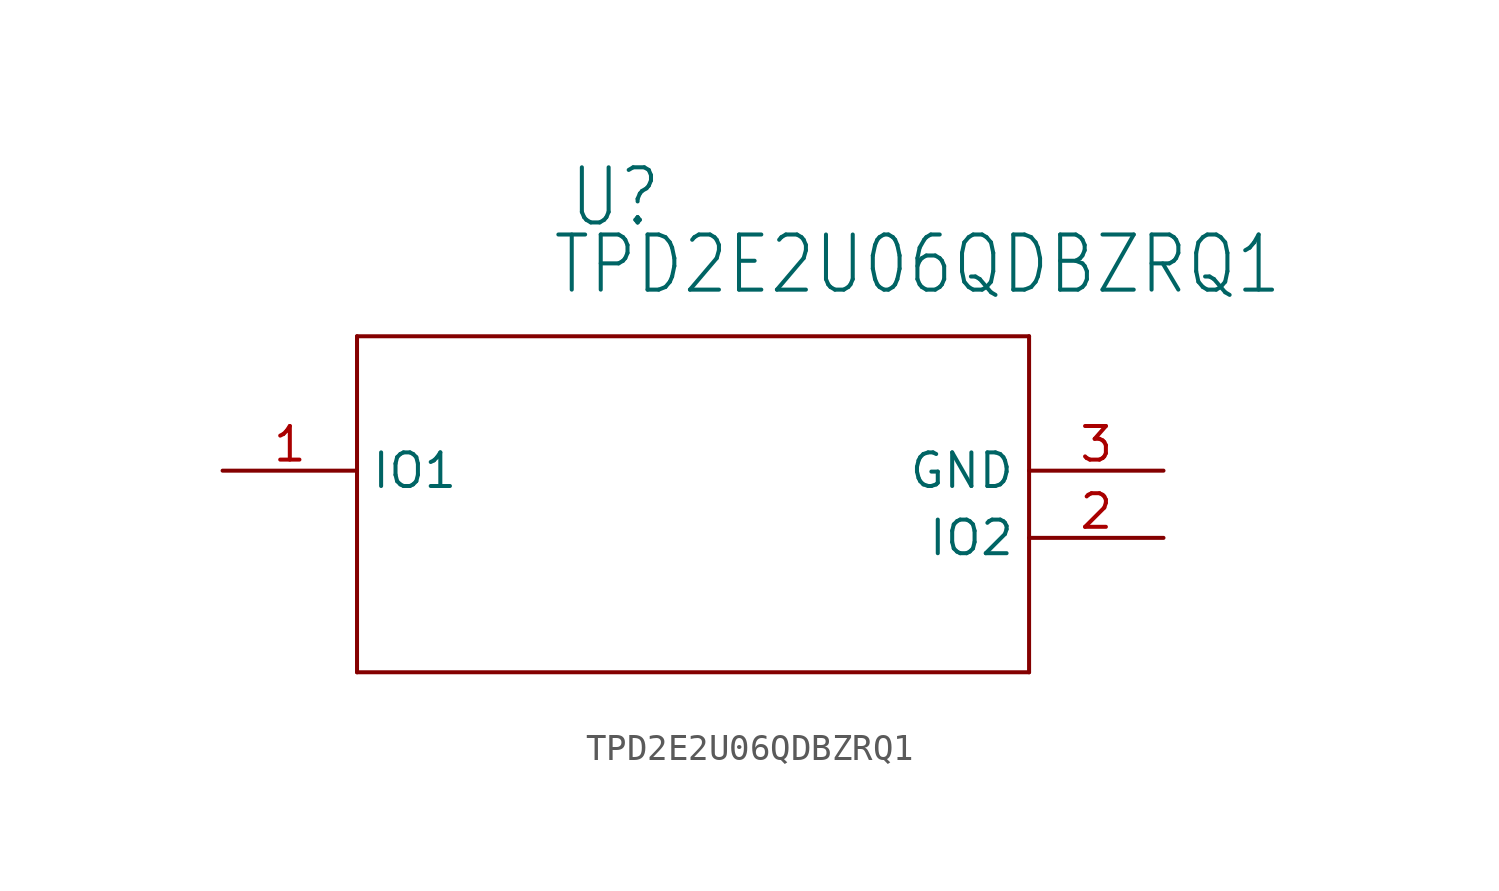
<source format=kicad_sym>
(kicad_symbol_lib
  (version 20201005)
  (generator kicad_symbol_editor)
  (symbol "TPD2E2U06QDBZRQ1"
    (property "Reference" "U"
      (at 15.596 9.119 0)
      (effects (font (size 2.083 1.77)) (justify left bottom)))
    (property "Value" "TPD2E2U06QDBZRQ1"
      (at 14.961 6.579 0)
      (effects (font (size 2.083 1.77)) (justify left bottom)))
    (property "ki_locked" ""
      (at 0 0 0)
      (effects (font (size 1.27 1.27))))
    (symbol "TPD2E2U06QDBZRQ1_1_0"
      (polyline (pts (xy 7.62 5.08) (xy 7.62 -7.62)) (stroke (width 0.152)) (fill (type none)))
      (polyline (pts (xy 7.62 -7.62) (xy 33.02 -7.62)) (stroke (width 0.152)) (fill (type none)))
      (polyline (pts (xy 33.02 -7.62) (xy 33.02 5.08)) (stroke (width 0.152)) (fill (type none)))
      (polyline (pts (xy 33.02 5.08) (xy 7.62 5.08)) (stroke (width 0.152)) (fill (type none)))
      (pin bidirectional line (at 2.54 0 0) (length 5.08) (name "IO1" (effects (font (size 1.27 1.27)))) (number "1" (effects (font (size 1.27 1.27)))))
      (pin bidirectional line (at 38.1 -2.54 180) (length 5.08) (name "IO2" (effects (font (size 1.27 1.27)))) (number "2" (effects (font (size 1.27 1.27)))))
      (pin power_in line (at 38.1 0 180) (length 5.08) (name "GND" (effects (font (size 1.27 1.27)))) (number "3" (effects (font (size 1.27 1.27))))))))
</source>
